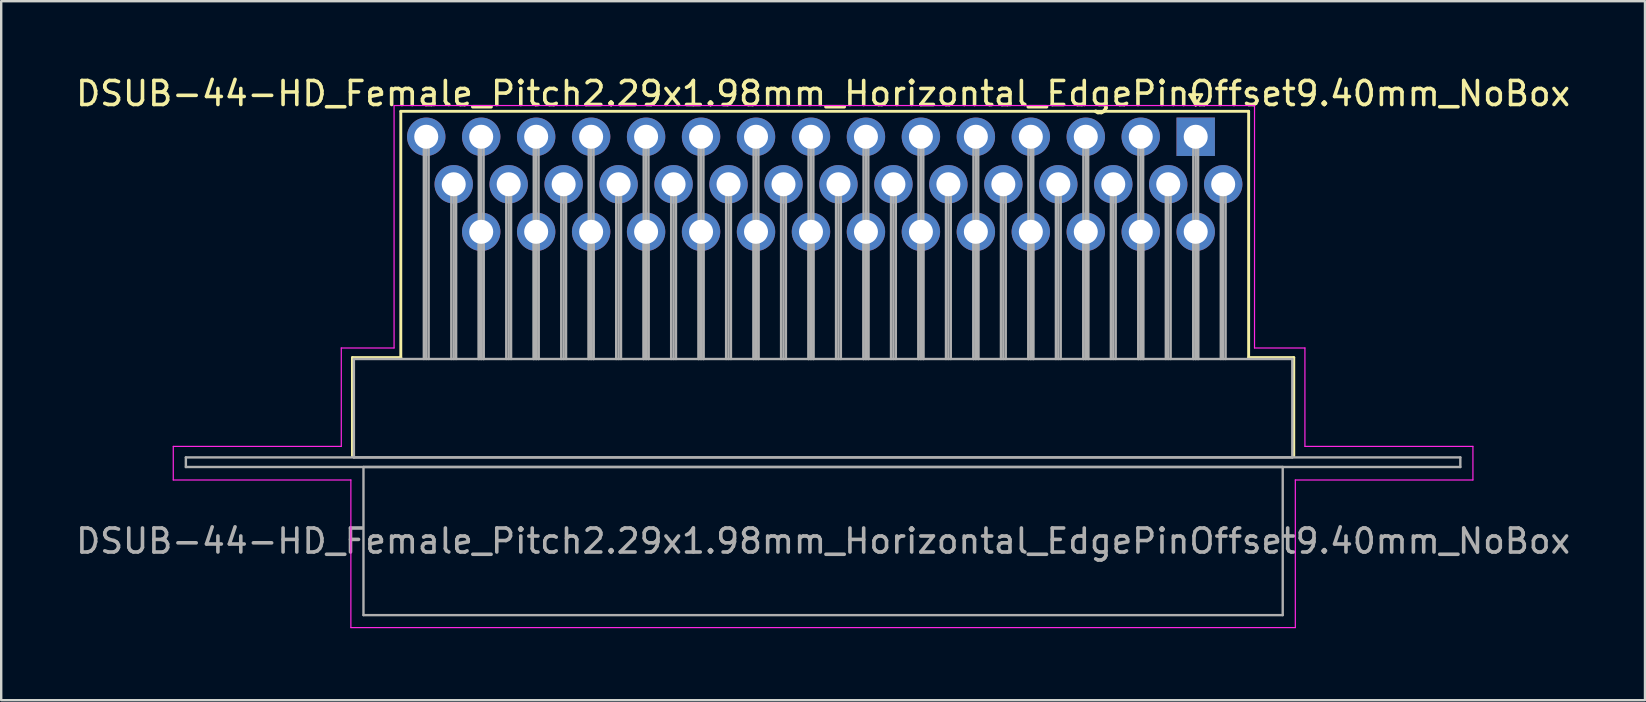
<source format=kicad_pcb>
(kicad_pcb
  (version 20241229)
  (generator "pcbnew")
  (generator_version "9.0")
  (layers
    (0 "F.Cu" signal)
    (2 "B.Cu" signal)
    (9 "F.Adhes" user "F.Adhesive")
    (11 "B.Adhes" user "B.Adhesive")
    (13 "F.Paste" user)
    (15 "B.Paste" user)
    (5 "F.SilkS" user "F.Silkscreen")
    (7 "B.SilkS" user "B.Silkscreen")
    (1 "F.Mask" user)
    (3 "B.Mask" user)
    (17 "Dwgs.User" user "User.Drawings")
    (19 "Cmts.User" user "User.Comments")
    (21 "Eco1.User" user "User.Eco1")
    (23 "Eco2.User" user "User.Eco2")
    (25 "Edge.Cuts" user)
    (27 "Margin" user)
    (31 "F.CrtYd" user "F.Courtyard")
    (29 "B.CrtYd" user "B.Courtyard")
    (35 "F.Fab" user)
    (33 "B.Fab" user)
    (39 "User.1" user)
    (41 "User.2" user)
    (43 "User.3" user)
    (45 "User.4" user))
  (footprint "DSUB-44-HD_Female_Pitch2.29x1.98mm_Horizontal_EdgePinOffset9.40mm_NoBox"
    (layer "F.Cu")
    (at 46.769 2.648)
    (property "Reference" "DSUB-44-HD_Female_Pitch2.29x1.98mm_Horizontal_EdgePinOffset9.40mm_NoBox" (at -15.525 -1.8 0) (layer "F.SilkS") (effects (font (size 1 1) (thickness 0.15))))
    (attr through_hole)
    (fp_line (start -35.135 9.2) (end -33.12 9.2) (stroke (width 0.12) (type solid)) (layer "F.SilkS"))
    (fp_line (start -35.135 13.3) (end -35.135 9.2) (stroke (width 0.12) (type solid)) (layer "F.SilkS"))
    (fp_line (start -33.12 -1.06) (end 2.205 -1.06) (stroke (width 0.12) (type solid)) (layer "F.SilkS"))
    (fp_line (start -33.12 9.2) (end -33.12 -1.06) (stroke (width 0.12) (type solid)) (layer "F.SilkS"))
    (fp_line (start -0.25 -1.754) (end 0.25 -1.754) (stroke (width 0.12) (type solid)) (layer "F.SilkS"))
    (fp_line (start 0 -1.321) (end -0.25 -1.754) (stroke (width 0.12) (type solid)) (layer "F.SilkS"))
    (fp_line (start 0.25 -1.754) (end 0 -1.321) (stroke (width 0.12) (type solid)) (layer "F.SilkS"))
    (fp_line (start 2.205 -1.06) (end 2.205 9.2) (stroke (width 0.12) (type solid)) (layer "F.SilkS"))
    (fp_line (start 2.205 9.2) (end 4.085 9.2) (stroke (width 0.12) (type solid)) (layer "F.SilkS"))
    (fp_line (start 4.085 9.2) (end 4.085 13.3) (stroke (width 0.12) (type solid)) (layer "F.SilkS"))
    (fp_line (start -42.6 12.9) (end -35.6 12.9) (stroke (width 0.05) (type solid)) (layer "F.CrtYd"))
    (fp_line (start -42.6 14.3) (end -42.6 12.9) (stroke (width 0.05) (type solid)) (layer "F.CrtYd"))
    (fp_line (start -35.6 8.8) (end -33.4 8.8) (stroke (width 0.05) (type solid)) (layer "F.CrtYd"))
    (fp_line (start -35.6 12.9) (end -35.6 8.8) (stroke (width 0.05) (type solid)) (layer "F.CrtYd"))
    (fp_line (start -35.2 14.3) (end -42.6 14.3) (stroke (width 0.05) (type solid)) (layer "F.CrtYd"))
    (fp_line (start -35.2 20.45) (end -35.2 14.3) (stroke (width 0.05) (type solid)) (layer "F.CrtYd"))
    (fp_line (start -33.4 -1.3) (end 2.45 -1.3) (stroke (width 0.05) (type solid)) (layer "F.CrtYd"))
    (fp_line (start -33.4 8.8) (end -33.4 -1.3) (stroke (width 0.05) (type solid)) (layer "F.CrtYd"))
    (fp_line (start 2.45 -1.3) (end 2.45 8.8) (stroke (width 0.05) (type solid)) (layer "F.CrtYd"))
    (fp_line (start 2.45 8.8) (end 4.55 8.8) (stroke (width 0.05) (type solid)) (layer "F.CrtYd"))
    (fp_line (start 4.15 14.3) (end 4.15 20.45) (stroke (width 0.05) (type solid)) (layer "F.CrtYd"))
    (fp_line (start 4.15 20.45) (end -35.2 20.45) (stroke (width 0.05) (type solid)) (layer "F.CrtYd"))
    (fp_line (start 4.55 8.8) (end 4.55 12.9) (stroke (width 0.05) (type solid)) (layer "F.CrtYd"))
    (fp_line (start 4.55 12.9) (end 11.55 12.9) (stroke (width 0.05) (type solid)) (layer "F.CrtYd"))
    (fp_line (start 11.55 12.9) (end 11.55 14.3) (stroke (width 0.05) (type solid)) (layer "F.CrtYd"))
    (fp_line (start 11.55 14.3) (end 4.15 14.3) (stroke (width 0.05) (type solid)) (layer "F.CrtYd"))
    (fp_line (start -42.075 13.36) (end -42.075 13.76) (stroke (width 0.1) (type solid)) (layer "F.Fab"))
    (fp_line (start -42.075 13.76) (end 11.025 13.76) (stroke (width 0.1) (type solid)) (layer "F.Fab"))
    (fp_line (start -35.075 9.26) (end -35.075 13.36) (stroke (width 0.1) (type solid)) (layer "F.Fab"))
    (fp_line (start -35.075 13.36) (end 4.025 13.36) (stroke (width 0.1) (type solid)) (layer "F.Fab"))
    (fp_line (start -34.675 13.76) (end -34.675 19.93) (stroke (width 0.1) (type solid)) (layer "F.Fab"))
    (fp_line (start -34.675 19.93) (end 3.625 19.93) (stroke (width 0.1) (type solid)) (layer "F.Fab"))
    (fp_line (start -32.16 0) (end -32.16 9.26) (stroke (width 0.1) (type solid)) (layer "F.Fab"))
    (fp_line (start -32.06 0) (end -32.06 9.26) (stroke (width 0.1) (type solid)) (layer "F.Fab"))
    (fp_line (start -31.96 0) (end -31.96 9.26) (stroke (width 0.1) (type solid)) (layer "F.Fab"))
    (fp_line (start -31.015 1.98) (end -31.015 9.26) (stroke (width 0.1) (type solid)) (layer "F.Fab"))
    (fp_line (start -30.915 1.98) (end -30.915 9.26) (stroke (width 0.1) (type solid)) (layer "F.Fab"))
    (fp_line (start -30.815 1.98) (end -30.815 9.26) (stroke (width 0.1) (type solid)) (layer "F.Fab"))
    (fp_line (start -29.87 0) (end -29.87 9.26) (stroke (width 0.1) (type solid)) (layer "F.Fab"))
    (fp_line (start -29.87 3.96) (end -29.87 9.26) (stroke (width 0.1) (type solid)) (layer "F.Fab"))
    (fp_line (start -29.77 0) (end -29.77 9.26) (stroke (width 0.1) (type solid)) (layer "F.Fab"))
    (fp_line (start -29.77 3.96) (end -29.77 9.26) (stroke (width 0.1) (type solid)) (layer "F.Fab"))
    (fp_line (start -29.67 0) (end -29.67 9.26) (stroke (width 0.1) (type solid)) (layer "F.Fab"))
    (fp_line (start -29.67 3.96) (end -29.67 9.26) (stroke (width 0.1) (type solid)) (layer "F.Fab"))
    (fp_line (start -28.725 1.98) (end -28.725 9.26) (stroke (width 0.1) (type solid)) (layer "F.Fab"))
    (fp_line (start -28.625 1.98) (end -28.625 9.26) (stroke (width 0.1) (type solid)) (layer "F.Fab"))
    (fp_line (start -28.525 1.98) (end -28.525 9.26) (stroke (width 0.1) (type solid)) (layer "F.Fab"))
    (fp_line (start -27.58 0) (end -27.58 9.26) (stroke (width 0.1) (type solid)) (layer "F.Fab"))
    (fp_line (start -27.58 3.96) (end -27.58 9.26) (stroke (width 0.1) (type solid)) (layer "F.Fab"))
    (fp_line (start -27.48 0) (end -27.48 9.26) (stroke (width 0.1) (type solid)) (layer "F.Fab"))
    (fp_line (start -27.48 3.96) (end -27.48 9.26) (stroke (width 0.1) (type solid)) (layer "F.Fab"))
    (fp_line (start -27.38 0) (end -27.38 9.26) (stroke (width 0.1) (type solid)) (layer "F.Fab"))
    (fp_line (start -27.38 3.96) (end -27.38 9.26) (stroke (width 0.1) (type solid)) (layer "F.Fab"))
    (fp_line (start -26.435 1.98) (end -26.435 9.26) (stroke (width 0.1) (type solid)) (layer "F.Fab"))
    (fp_line (start -26.335 1.98) (end -26.335 9.26) (stroke (width 0.1) (type solid)) (layer "F.Fab"))
    (fp_line (start -26.235 1.98) (end -26.235 9.26) (stroke (width 0.1) (type solid)) (layer "F.Fab"))
    (fp_line (start -25.29 0) (end -25.29 9.26) (stroke (width 0.1) (type solid)) (layer "F.Fab"))
    (fp_line (start -25.29 3.96) (end -25.29 9.26) (stroke (width 0.1) (type solid)) (layer "F.Fab"))
    (fp_line (start -25.19 0) (end -25.19 9.26) (stroke (width 0.1) (type solid)) (layer "F.Fab"))
    (fp_line (start -25.19 3.96) (end -25.19 9.26) (stroke (width 0.1) (type solid)) (layer "F.Fab"))
    (fp_line (start -25.09 0) (end -25.09 9.26) (stroke (width 0.1) (type solid)) (layer "F.Fab"))
    (fp_line (start -25.09 3.96) (end -25.09 9.26) (stroke (width 0.1) (type solid)) (layer "F.Fab"))
    (fp_line (start -24.145 1.98) (end -24.145 9.26) (stroke (width 0.1) (type solid)) (layer "F.Fab"))
    (fp_line (start -24.045 1.98) (end -24.045 9.26) (stroke (width 0.1) (type solid)) (layer "F.Fab"))
    (fp_line (start -23.945 1.98) (end -23.945 9.26) (stroke (width 0.1) (type solid)) (layer "F.Fab"))
    (fp_line (start -23 0) (end -23 9.26) (stroke (width 0.1) (type solid)) (layer "F.Fab"))
    (fp_line (start -23 3.96) (end -23 9.26) (stroke (width 0.1) (type solid)) (layer "F.Fab"))
    (fp_line (start -22.9 0) (end -22.9 9.26) (stroke (width 0.1) (type solid)) (layer "F.Fab"))
    (fp_line (start -22.9 3.96) (end -22.9 9.26) (stroke (width 0.1) (type solid)) (layer "F.Fab"))
    (fp_line (start -22.8 0) (end -22.8 9.26) (stroke (width 0.1) (type solid)) (layer "F.Fab"))
    (fp_line (start -22.8 3.96) (end -22.8 9.26) (stroke (width 0.1) (type solid)) (layer "F.Fab"))
    (fp_line (start -21.855 1.98) (end -21.855 9.26) (stroke (width 0.1) (type solid)) (layer "F.Fab"))
    (fp_line (start -21.755 1.98) (end -21.755 9.26) (stroke (width 0.1) (type solid)) (layer "F.Fab"))
    (fp_line (start -21.655 1.98) (end -21.655 9.26) (stroke (width 0.1) (type solid)) (layer "F.Fab"))
    (fp_line (start -20.71 0) (end -20.71 9.26) (stroke (width 0.1) (type solid)) (layer "F.Fab"))
    (fp_line (start -20.71 3.96) (end -20.71 9.26) (stroke (width 0.1) (type solid)) (layer "F.Fab"))
    (fp_line (start -20.61 0) (end -20.61 9.26) (stroke (width 0.1) (type solid)) (layer "F.Fab"))
    (fp_line (start -20.61 3.96) (end -20.61 9.26) (stroke (width 0.1) (type solid)) (layer "F.Fab"))
    (fp_line (start -20.51 0) (end -20.51 9.26) (stroke (width 0.1) (type solid)) (layer "F.Fab"))
    (fp_line (start -20.51 3.96) (end -20.51 9.26) (stroke (width 0.1) (type solid)) (layer "F.Fab"))
    (fp_line (start -19.565 1.98) (end -19.565 9.26) (stroke (width 0.1) (type solid)) (layer "F.Fab"))
    (fp_line (start -19.465 1.98) (end -19.465 9.26) (stroke (width 0.1) (type solid)) (layer "F.Fab"))
    (fp_line (start -19.365 1.98) (end -19.365 9.26) (stroke (width 0.1) (type solid)) (layer "F.Fab"))
    (fp_line (start -18.42 0) (end -18.42 9.26) (stroke (width 0.1) (type solid)) (layer "F.Fab"))
    (fp_line (start -18.42 3.96) (end -18.42 9.26) (stroke (width 0.1) (type solid)) (layer "F.Fab"))
    (fp_line (start -18.32 0) (end -18.32 9.26) (stroke (width 0.1) (type solid)) (layer "F.Fab"))
    (fp_line (start -18.32 3.96) (end -18.32 9.26) (stroke (width 0.1) (type solid)) (layer "F.Fab"))
    (fp_line (start -18.22 0) (end -18.22 9.26) (stroke (width 0.1) (type solid)) (layer "F.Fab"))
    (fp_line (start -18.22 3.96) (end -18.22 9.26) (stroke (width 0.1) (type solid)) (layer "F.Fab"))
    (fp_line (start -17.275 1.98) (end -17.275 9.26) (stroke (width 0.1) (type solid)) (layer "F.Fab"))
    (fp_line (start -17.175 1.98) (end -17.175 9.26) (stroke (width 0.1) (type solid)) (layer "F.Fab"))
    (fp_line (start -17.075 1.98) (end -17.075 9.26) (stroke (width 0.1) (type solid)) (layer "F.Fab"))
    (fp_line (start -16.13 0) (end -16.13 9.26) (stroke (width 0.1) (type solid)) (layer "F.Fab"))
    (fp_line (start -16.13 3.96) (end -16.13 9.26) (stroke (width 0.1) (type solid)) (layer "F.Fab"))
    (fp_line (start -16.03 0) (end -16.03 9.26) (stroke (width 0.1) (type solid)) (layer "F.Fab"))
    (fp_line (start -16.03 3.96) (end -16.03 9.26) (stroke (width 0.1) (type solid)) (layer "F.Fab"))
    (fp_line (start -15.93 0) (end -15.93 9.26) (stroke (width 0.1) (type solid)) (layer "F.Fab"))
    (fp_line (start -15.93 3.96) (end -15.93 9.26) (stroke (width 0.1) (type solid)) (layer "F.Fab"))
    (fp_line (start -14.985 1.98) (end -14.985 9.26) (stroke (width 0.1) (type solid)) (layer "F.Fab"))
    (fp_line (start -14.885 1.98) (end -14.885 9.26) (stroke (width 0.1) (type solid)) (layer "F.Fab"))
    (fp_line (start -14.785 1.98) (end -14.785 9.26) (stroke (width 0.1) (type solid)) (layer "F.Fab"))
    (fp_line (start -13.84 0) (end -13.84 9.26) (stroke (width 0.1) (type solid)) (layer "F.Fab"))
    (fp_line (start -13.84 3.96) (end -13.84 9.26) (stroke (width 0.1) (type solid)) (layer "F.Fab"))
    (fp_line (start -13.74 0) (end -13.74 9.26) (stroke (width 0.1) (type solid)) (layer "F.Fab"))
    (fp_line (start -13.74 3.96) (end -13.74 9.26) (stroke (width 0.1) (type solid)) (layer "F.Fab"))
    (fp_line (start -13.64 0) (end -13.64 9.26) (stroke (width 0.1) (type solid)) (layer "F.Fab"))
    (fp_line (start -13.64 3.96) (end -13.64 9.26) (stroke (width 0.1) (type solid)) (layer "F.Fab"))
    (fp_line (start -12.695 1.98) (end -12.695 9.26) (stroke (width 0.1) (type solid)) (layer "F.Fab"))
    (fp_line (start -12.595 1.98) (end -12.595 9.26) (stroke (width 0.1) (type solid)) (layer "F.Fab"))
    (fp_line (start -12.495 1.98) (end -12.495 9.26) (stroke (width 0.1) (type solid)) (layer "F.Fab"))
    (fp_line (start -11.55 0) (end -11.55 9.26) (stroke (width 0.1) (type solid)) (layer "F.Fab"))
    (fp_line (start -11.55 3.96) (end -11.55 9.26) (stroke (width 0.1) (type solid)) (layer "F.Fab"))
    (fp_line (start -11.45 0) (end -11.45 9.26) (stroke (width 0.1) (type solid)) (layer "F.Fab"))
    (fp_line (start -11.45 3.96) (end -11.45 9.26) (stroke (width 0.1) (type solid)) (layer "F.Fab"))
    (fp_line (start -11.35 0) (end -11.35 9.26) (stroke (width 0.1) (type solid)) (layer "F.Fab"))
    (fp_line (start -11.35 3.96) (end -11.35 9.26) (stroke (width 0.1) (type solid)) (layer "F.Fab"))
    (fp_line (start -10.405 1.98) (end -10.405 9.26) (stroke (width 0.1) (type solid)) (layer "F.Fab"))
    (fp_line (start -10.305 1.98) (end -10.305 9.26) (stroke (width 0.1) (type solid)) (layer "F.Fab"))
    (fp_line (start -10.205 1.98) (end -10.205 9.26) (stroke (width 0.1) (type solid)) (layer "F.Fab"))
    (fp_line (start -9.26 0) (end -9.26 9.26) (stroke (width 0.1) (type solid)) (layer "F.Fab"))
    (fp_line (start -9.26 3.96) (end -9.26 9.26) (stroke (width 0.1) (type solid)) (layer "F.Fab"))
    (fp_line (start -9.16 0) (end -9.16 9.26) (stroke (width 0.1) (type solid)) (layer "F.Fab"))
    (fp_line (start -9.16 3.96) (end -9.16 9.26) (stroke (width 0.1) (type solid)) (layer "F.Fab"))
    (fp_line (start -9.06 0) (end -9.06 9.26) (stroke (width 0.1) (type solid)) (layer "F.Fab"))
    (fp_line (start -9.06 3.96) (end -9.06 9.26) (stroke (width 0.1) (type solid)) (layer "F.Fab"))
    (fp_line (start -8.115 1.98) (end -8.115 9.26) (stroke (width 0.1) (type solid)) (layer "F.Fab"))
    (fp_line (start -8.015 1.98) (end -8.015 9.26) (stroke (width 0.1) (type solid)) (layer "F.Fab"))
    (fp_line (start -7.915 1.98) (end -7.915 9.26) (stroke (width 0.1) (type solid)) (layer "F.Fab"))
    (fp_line (start -6.97 0) (end -6.97 9.26) (stroke (width 0.1) (type solid)) (layer "F.Fab"))
    (fp_line (start -6.97 3.96) (end -6.97 9.26) (stroke (width 0.1) (type solid)) (layer "F.Fab"))
    (fp_line (start -6.87 0) (end -6.87 9.26) (stroke (width 0.1) (type solid)) (layer "F.Fab"))
    (fp_line (start -6.87 3.96) (end -6.87 9.26) (stroke (width 0.1) (type solid)) (layer "F.Fab"))
    (fp_line (start -6.77 0) (end -6.77 9.26) (stroke (width 0.1) (type solid)) (layer "F.Fab"))
    (fp_line (start -6.77 3.96) (end -6.77 9.26) (stroke (width 0.1) (type solid)) (layer "F.Fab"))
    (fp_line (start -5.825 1.98) (end -5.825 9.26) (stroke (width 0.1) (type solid)) (layer "F.Fab"))
    (fp_line (start -5.725 1.98) (end -5.725 9.26) (stroke (width 0.1) (type solid)) (layer "F.Fab"))
    (fp_line (start -5.625 1.98) (end -5.625 9.26) (stroke (width 0.1) (type solid)) (layer "F.Fab"))
    (fp_line (start -4.68 0) (end -4.68 9.26) (stroke (width 0.1) (type solid)) (layer "F.Fab"))
    (fp_line (start -4.68 3.96) (end -4.68 9.26) (stroke (width 0.1) (type solid)) (layer "F.Fab"))
    (fp_line (start -4.58 0) (end -4.58 9.26) (stroke (width 0.1) (type solid)) (layer "F.Fab"))
    (fp_line (start -4.58 3.96) (end -4.58 9.26) (stroke (width 0.1) (type solid)) (layer "F.Fab"))
    (fp_line (start -4.48 0) (end -4.48 9.26) (stroke (width 0.1) (type solid)) (layer "F.Fab"))
    (fp_line (start -4.48 3.96) (end -4.48 9.26) (stroke (width 0.1) (type solid)) (layer "F.Fab"))
    (fp_line (start -3.535 1.98) (end -3.535 9.26) (stroke (width 0.1) (type solid)) (layer "F.Fab"))
    (fp_line (start -3.435 1.98) (end -3.435 9.26) (stroke (width 0.1) (type solid)) (layer "F.Fab"))
    (fp_line (start -3.335 1.98) (end -3.335 9.26) (stroke (width 0.1) (type solid)) (layer "F.Fab"))
    (fp_line (start -2.39 0) (end -2.39 9.26) (stroke (width 0.1) (type solid)) (layer "F.Fab"))
    (fp_line (start -2.39 3.96) (end -2.39 9.26) (stroke (width 0.1) (type solid)) (layer "F.Fab"))
    (fp_line (start -2.29 0) (end -2.29 9.26) (stroke (width 0.1) (type solid)) (layer "F.Fab"))
    (fp_line (start -2.29 3.96) (end -2.29 9.26) (stroke (width 0.1) (type solid)) (layer "F.Fab"))
    (fp_line (start -2.19 0) (end -2.19 9.26) (stroke (width 0.1) (type solid)) (layer "F.Fab"))
    (fp_line (start -2.19 3.96) (end -2.19 9.26) (stroke (width 0.1) (type solid)) (layer "F.Fab"))
    (fp_line (start -1.245 1.98) (end -1.245 9.26) (stroke (width 0.1) (type solid)) (layer "F.Fab"))
    (fp_line (start -1.145 1.98) (end -1.145 9.26) (stroke (width 0.1) (type solid)) (layer "F.Fab"))
    (fp_line (start -1.045 1.98) (end -1.045 9.26) (stroke (width 0.1) (type solid)) (layer "F.Fab"))
    (fp_line (start -0.1 0) (end -0.1 9.26) (stroke (width 0.1) (type solid)) (layer "F.Fab"))
    (fp_line (start -0.1 3.96) (end -0.1 9.26) (stroke (width 0.1) (type solid)) (layer "F.Fab"))
    (fp_line (start 0 0) (end 0 9.26) (stroke (width 0.1) (type solid)) (layer "F.Fab"))
    (fp_line (start 0 3.96) (end 0 9.26) (stroke (width 0.1) (type solid)) (layer "F.Fab"))
    (fp_line (start 0.1 0) (end 0.1 9.26) (stroke (width 0.1) (type solid)) (layer "F.Fab"))
    (fp_line (start 0.1 3.96) (end 0.1 9.26) (stroke (width 0.1) (type solid)) (layer "F.Fab"))
    (fp_line (start 1.045 1.98) (end 1.045 9.26) (stroke (width 0.1) (type solid)) (layer "F.Fab"))
    (fp_line (start 1.145 1.98) (end 1.145 9.26) (stroke (width 0.1) (type solid)) (layer "F.Fab"))
    (fp_line (start 1.245 1.98) (end 1.245 9.26) (stroke (width 0.1) (type solid)) (layer "F.Fab"))
    (fp_line (start 3.625 13.76) (end -34.675 13.76) (stroke (width 0.1) (type solid)) (layer "F.Fab"))
    (fp_line (start 3.625 19.93) (end 3.625 13.76) (stroke (width 0.1) (type solid)) (layer "F.Fab"))
    (fp_line (start 4.025 9.26) (end -35.075 9.26) (stroke (width 0.1) (type solid)) (layer "F.Fab"))
    (fp_line (start 4.025 13.36) (end 4.025 9.26) (stroke (width 0.1) (type solid)) (layer "F.Fab"))
    (fp_line (start 11.025 13.36) (end -42.075 13.36) (stroke (width 0.1) (type solid)) (layer "F.Fab"))
    (fp_line (start 11.025 13.76) (end 11.025 13.36) (stroke (width 0.1) (type solid)) (layer "F.Fab"))
    (fp_text user "${REFERENCE}" (at -15.525 16.845 0) (layer "F.Fab") (effects (font (size 1 1) (thickness 0.15))))
    (pad "1" thru_hole rect (at 0 0) (size 1.6 1.6) (drill 1) (layers "*.Cu" "*.Mask"))
    (pad "2" thru_hole circle (at -2.29 0) (size 1.6 1.6) (drill 1) (layers "*.Cu" "*.Mask"))
    (pad "3" thru_hole circle (at -4.58 0) (size 1.6 1.6) (drill 1) (layers "*.Cu" "*.Mask"))
    (pad "4" thru_hole circle (at -6.87 0) (size 1.6 1.6) (drill 1) (layers "*.Cu" "*.Mask"))
    (pad "5" thru_hole circle (at -9.16 0) (size 1.6 1.6) (drill 1) (layers "*.Cu" "*.Mask"))
    (pad "6" thru_hole circle (at -11.45 0) (size 1.6 1.6) (drill 1) (layers "*.Cu" "*.Mask"))
    (pad "7" thru_hole circle (at -13.74 0) (size 1.6 1.6) (drill 1) (layers "*.Cu" "*.Mask"))
    (pad "8" thru_hole circle (at -16.03 0) (size 1.6 1.6) (drill 1) (layers "*.Cu" "*.Mask"))
    (pad "9" thru_hole circle (at -18.32 0) (size 1.6 1.6) (drill 1) (layers "*.Cu" "*.Mask"))
    (pad "10" thru_hole circle (at -20.61 0) (size 1.6 1.6) (drill 1) (layers "*.Cu" "*.Mask"))
    (pad "11" thru_hole circle (at -22.9 0) (size 1.6 1.6) (drill 1) (layers "*.Cu" "*.Mask"))
    (pad "12" thru_hole circle (at -25.19 0) (size 1.6 1.6) (drill 1) (layers "*.Cu" "*.Mask"))
    (pad "13" thru_hole circle (at -27.48 0) (size 1.6 1.6) (drill 1) (layers "*.Cu" "*.Mask"))
    (pad "14" thru_hole circle (at -29.77 0) (size 1.6 1.6) (drill 1) (layers "*.Cu" "*.Mask"))
    (pad "15" thru_hole circle (at -32.06 0) (size 1.6 1.6) (drill 1) (layers "*.Cu" "*.Mask"))
    (pad "16" thru_hole circle (at 1.145 1.98) (size 1.6 1.6) (drill 1) (layers "*.Cu" "*.Mask"))
    (pad "17" thru_hole circle (at -1.145 1.98) (size 1.6 1.6) (drill 1) (layers "*.Cu" "*.Mask"))
    (pad "18" thru_hole circle (at -3.435 1.98) (size 1.6 1.6) (drill 1) (layers "*.Cu" "*.Mask"))
    (pad "19" thru_hole circle (at -5.725 1.98) (size 1.6 1.6) (drill 1) (layers "*.Cu" "*.Mask"))
    (pad "20" thru_hole circle (at -8.015 1.98) (size 1.6 1.6) (drill 1) (layers "*.Cu" "*.Mask"))
    (pad "21" thru_hole circle (at -10.305 1.98) (size 1.6 1.6) (drill 1) (layers "*.Cu" "*.Mask"))
    (pad "22" thru_hole circle (at -12.595 1.98) (size 1.6 1.6) (drill 1) (layers "*.Cu" "*.Mask"))
    (pad "23" thru_hole circle (at -14.885 1.98) (size 1.6 1.6) (drill 1) (layers "*.Cu" "*.Mask"))
    (pad "24" thru_hole circle (at -17.175 1.98) (size 1.6 1.6) (drill 1) (layers "*.Cu" "*.Mask"))
    (pad "25" thru_hole circle (at -19.465 1.98) (size 1.6 1.6) (drill 1) (layers "*.Cu" "*.Mask"))
    (pad "26" thru_hole circle (at -21.755 1.98) (size 1.6 1.6) (drill 1) (layers "*.Cu" "*.Mask"))
    (pad "27" thru_hole circle (at -24.045 1.98) (size 1.6 1.6) (drill 1) (layers "*.Cu" "*.Mask"))
    (pad "28" thru_hole circle (at -26.335 1.98) (size 1.6 1.6) (drill 1) (layers "*.Cu" "*.Mask"))
    (pad "29" thru_hole circle (at -28.625 1.98) (size 1.6 1.6) (drill 1) (layers "*.Cu" "*.Mask"))
    (pad "30" thru_hole circle (at -30.915 1.98) (size 1.6 1.6) (drill 1) (layers "*.Cu" "*.Mask"))
    (pad "31" thru_hole circle (at 0 3.96) (size 1.6 1.6) (drill 1) (layers "*.Cu" "*.Mask"))
    (pad "32" thru_hole circle (at -2.29 3.96) (size 1.6 1.6) (drill 1) (layers "*.Cu" "*.Mask"))
    (pad "33" thru_hole circle (at -4.58 3.96) (size 1.6 1.6) (drill 1) (layers "*.Cu" "*.Mask"))
    (pad "34" thru_hole circle (at -6.87 3.96) (size 1.6 1.6) (drill 1) (layers "*.Cu" "*.Mask"))
    (pad "35" thru_hole circle (at -9.16 3.96) (size 1.6 1.6) (drill 1) (layers "*.Cu" "*.Mask"))
    (pad "36" thru_hole circle (at -11.45 3.96) (size 1.6 1.6) (drill 1) (layers "*.Cu" "*.Mask"))
    (pad "37" thru_hole circle (at -13.74 3.96) (size 1.6 1.6) (drill 1) (layers "*.Cu" "*.Mask"))
    (pad "38" thru_hole circle (at -16.03 3.96) (size 1.6 1.6) (drill 1) (layers "*.Cu" "*.Mask"))
    (pad "39" thru_hole circle (at -18.32 3.96) (size 1.6 1.6) (drill 1) (layers "*.Cu" "*.Mask"))
    (pad "40" thru_hole circle (at -20.61 3.96) (size 1.6 1.6) (drill 1) (layers "*.Cu" "*.Mask"))
    (pad "41" thru_hole circle (at -22.9 3.96) (size 1.6 1.6) (drill 1) (layers "*.Cu" "*.Mask"))
    (pad "42" thru_hole circle (at -25.19 3.96) (size 1.6 1.6) (drill 1) (layers "*.Cu" "*.Mask"))
    (pad "43" thru_hole circle (at -27.48 3.96) (size 1.6 1.6) (drill 1) (layers "*.Cu" "*.Mask"))
    (pad "44" thru_hole circle (at -29.77 3.96) (size 1.6 1.6) (drill 1) (layers "*.Cu" "*.Mask")))
  (gr_rect
    (start -3 -3)
    (end 65.488 26.123)
    (stroke (width 0.1) (type default))
    (fill no)
    (layer "Edge.Cuts")))
</source>
